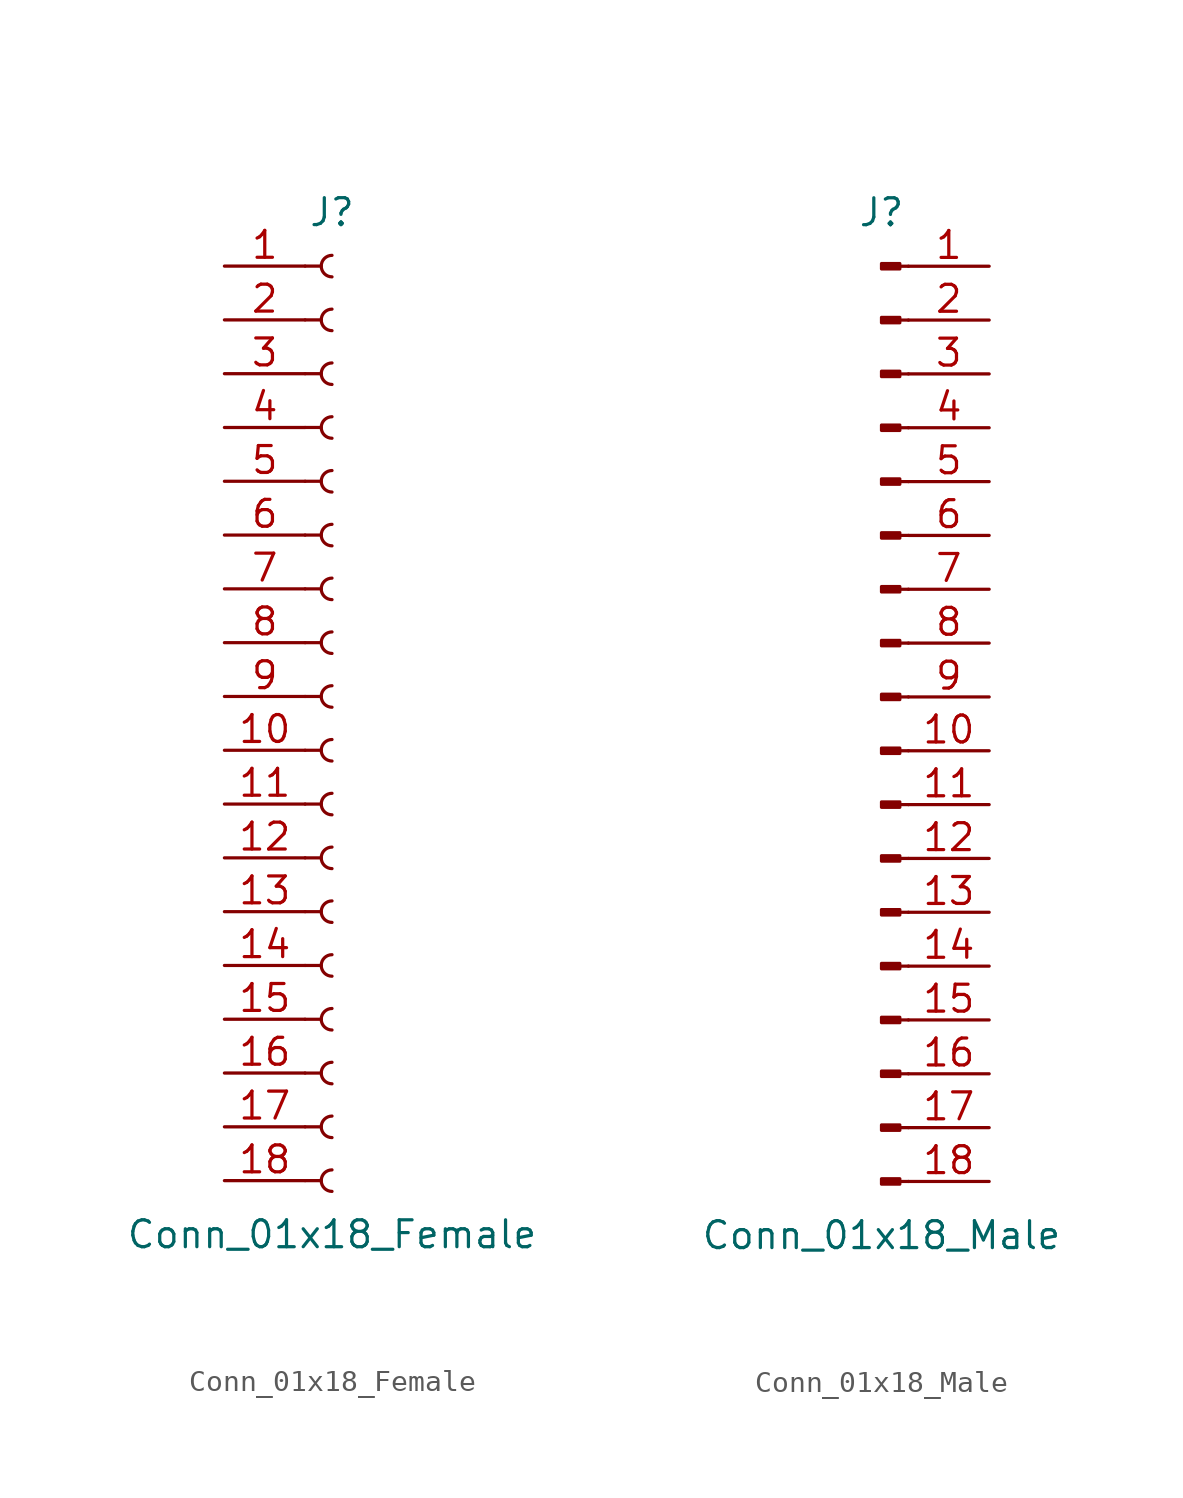
<source format=kicad_sym>
(kicad_symbol_lib
  (version 20220914)
  (generator kicad_symbol_editor)
  (symbol "Conn_01x18_Female"
    (pin_names
      (offset 1.016) hide)
    (property "Reference" "J"
      (at 0 22.86 0)
      (effects (font (size 1.27 1.27))))
    (property "Value" "Conn_01x18_Female"
      (at 0 -25.4 0)
      (effects (font (size 1.27 1.27))))
    (symbol "Conn_01x18_Female_1_1"
      (arc (start 0 -22.352) (mid -0.5058 -22.86) (end 0 -23.368) (stroke (width 0.1524) (type default)) (fill (type none)))
      (arc (start 0 -19.812) (mid -0.5058 -20.32) (end 0 -20.828) (stroke (width 0.1524) (type default)) (fill (type none)))
      (arc (start 0 -17.272) (mid -0.5058 -17.78) (end 0 -18.288) (stroke (width 0.1524) (type default)) (fill (type none)))
      (arc (start 0 -14.732) (mid -0.5058 -15.24) (end 0 -15.748) (stroke (width 0.1524) (type default)) (fill (type none)))
      (arc (start 0 -12.192) (mid -0.5058 -12.7) (end 0 -13.208) (stroke (width 0.1524) (type default)) (fill (type none)))
      (arc (start 0 -9.652) (mid -0.5058 -10.16) (end 0 -10.668) (stroke (width 0.1524) (type default)) (fill (type none)))
      (arc (start 0 -7.112) (mid -0.5058 -7.62) (end 0 -8.128) (stroke (width 0.1524) (type default)) (fill (type none)))
      (arc (start 0 -4.572) (mid -0.5058 -5.08) (end 0 -5.588) (stroke (width 0.1524) (type default)) (fill (type none)))
      (arc (start 0 -2.032) (mid -0.5058 -2.54) (end 0 -3.048) (stroke (width 0.1524) (type default)) (fill (type none)))
      (polyline (pts (xy -1.27 -22.86) (xy -0.508 -22.86)) (stroke (width 0.152) (type default)) (fill (type none)))
      (polyline (pts (xy -1.27 -20.32) (xy -0.508 -20.32)) (stroke (width 0.152) (type default)) (fill (type none)))
      (polyline (pts (xy -1.27 -17.78) (xy -0.508 -17.78)) (stroke (width 0.152) (type default)) (fill (type none)))
      (polyline (pts (xy -1.27 -15.24) (xy -0.508 -15.24)) (stroke (width 0.152) (type default)) (fill (type none)))
      (polyline (pts (xy -1.27 -12.7) (xy -0.508 -12.7)) (stroke (width 0.152) (type default)) (fill (type none)))
      (polyline (pts (xy -1.27 -10.16) (xy -0.508 -10.16)) (stroke (width 0.152) (type default)) (fill (type none)))
      (polyline (pts (xy -1.27 -7.62) (xy -0.508 -7.62)) (stroke (width 0.152) (type default)) (fill (type none)))
      (polyline (pts (xy -1.27 -5.08) (xy -0.508 -5.08)) (stroke (width 0.152) (type default)) (fill (type none)))
      (polyline (pts (xy -1.27 -2.54) (xy -0.508 -2.54)) (stroke (width 0.152) (type default)) (fill (type none)))
      (polyline (pts (xy -1.27 0) (xy -0.508 0)) (stroke (width 0.152) (type default)) (fill (type none)))
      (polyline (pts (xy -1.27 2.54) (xy -0.508 2.54)) (stroke (width 0.152) (type default)) (fill (type none)))
      (polyline (pts (xy -1.27 5.08) (xy -0.508 5.08)) (stroke (width 0.152) (type default)) (fill (type none)))
      (polyline (pts (xy -1.27 7.62) (xy -0.508 7.62)) (stroke (width 0.152) (type default)) (fill (type none)))
      (polyline (pts (xy -1.27 10.16) (xy -0.508 10.16)) (stroke (width 0.152) (type default)) (fill (type none)))
      (polyline (pts (xy -1.27 12.7) (xy -0.508 12.7)) (stroke (width 0.152) (type default)) (fill (type none)))
      (polyline (pts (xy -1.27 15.24) (xy -0.508 15.24)) (stroke (width 0.152) (type default)) (fill (type none)))
      (polyline (pts (xy -1.27 17.78) (xy -0.508 17.78)) (stroke (width 0.152) (type default)) (fill (type none)))
      (polyline (pts (xy -1.27 20.32) (xy -0.508 20.32)) (stroke (width 0.152) (type default)) (fill (type none)))
      (arc (start 0 0.508) (mid -0.5058 0) (end 0 -0.508) (stroke (width 0.1524) (type default)) (fill (type none)))
      (arc (start 0 3.048) (mid -0.5058 2.54) (end 0 2.032) (stroke (width 0.1524) (type default)) (fill (type none)))
      (arc (start 0 5.588) (mid -0.5058 5.08) (end 0 4.572) (stroke (width 0.1524) (type default)) (fill (type none)))
      (arc (start 0 8.128) (mid -0.5058 7.62) (end 0 7.112) (stroke (width 0.1524) (type default)) (fill (type none)))
      (arc (start 0 10.668) (mid -0.5058 10.16) (end 0 9.652) (stroke (width 0.1524) (type default)) (fill (type none)))
      (arc (start 0 13.208) (mid -0.5058 12.7) (end 0 12.192) (stroke (width 0.1524) (type default)) (fill (type none)))
      (arc (start 0 15.748) (mid -0.5058 15.24) (end 0 14.732) (stroke (width 0.1524) (type default)) (fill (type none)))
      (arc (start 0 18.288) (mid -0.5058 17.78) (end 0 17.272) (stroke (width 0.1524) (type default)) (fill (type none)))
      (arc (start 0 20.828) (mid -0.5058 20.32) (end 0 19.812) (stroke (width 0.1524) (type default)) (fill (type none)))
      (pin passive line (at -5.08 20.32 0) (length 3.81) (name "Pin_1" (effects (font (size 1.27 1.27)))) (number "1" (effects (font (size 1.27 1.27)))))
      (pin passive line (at -5.08 -2.54 0) (length 3.81) (name "Pin_10" (effects (font (size 1.27 1.27)))) (number "10" (effects (font (size 1.27 1.27)))))
      (pin passive line (at -5.08 -5.08 0) (length 3.81) (name "Pin_11" (effects (font (size 1.27 1.27)))) (number "11" (effects (font (size 1.27 1.27)))))
      (pin passive line (at -5.08 -7.62 0) (length 3.81) (name "Pin_12" (effects (font (size 1.27 1.27)))) (number "12" (effects (font (size 1.27 1.27)))))
      (pin passive line (at -5.08 -10.16 0) (length 3.81) (name "Pin_13" (effects (font (size 1.27 1.27)))) (number "13" (effects (font (size 1.27 1.27)))))
      (pin passive line (at -5.08 -12.7 0) (length 3.81) (name "Pin_14" (effects (font (size 1.27 1.27)))) (number "14" (effects (font (size 1.27 1.27)))))
      (pin passive line (at -5.08 -15.24 0) (length 3.81) (name "Pin_15" (effects (font (size 1.27 1.27)))) (number "15" (effects (font (size 1.27 1.27)))))
      (pin passive line (at -5.08 -17.78 0) (length 3.81) (name "Pin_16" (effects (font (size 1.27 1.27)))) (number "16" (effects (font (size 1.27 1.27)))))
      (pin passive line (at -5.08 -20.32 0) (length 3.81) (name "Pin_17" (effects (font (size 1.27 1.27)))) (number "17" (effects (font (size 1.27 1.27)))))
      (pin passive line (at -5.08 -22.86 0) (length 3.81) (name "Pin_18" (effects (font (size 1.27 1.27)))) (number "18" (effects (font (size 1.27 1.27)))))
      (pin passive line (at -5.08 17.78 0) (length 3.81) (name "Pin_2" (effects (font (size 1.27 1.27)))) (number "2" (effects (font (size 1.27 1.27)))))
      (pin passive line (at -5.08 15.24 0) (length 3.81) (name "Pin_3" (effects (font (size 1.27 1.27)))) (number "3" (effects (font (size 1.27 1.27)))))
      (pin passive line (at -5.08 12.7 0) (length 3.81) (name "Pin_4" (effects (font (size 1.27 1.27)))) (number "4" (effects (font (size 1.27 1.27)))))
      (pin passive line (at -5.08 10.16 0) (length 3.81) (name "Pin_5" (effects (font (size 1.27 1.27)))) (number "5" (effects (font (size 1.27 1.27)))))
      (pin passive line (at -5.08 7.62 0) (length 3.81) (name "Pin_6" (effects (font (size 1.27 1.27)))) (number "6" (effects (font (size 1.27 1.27)))))
      (pin passive line (at -5.08 5.08 0) (length 3.81) (name "Pin_7" (effects (font (size 1.27 1.27)))) (number "7" (effects (font (size 1.27 1.27)))))
      (pin passive line (at -5.08 2.54 0) (length 3.81) (name "Pin_8" (effects (font (size 1.27 1.27)))) (number "8" (effects (font (size 1.27 1.27)))))
      (pin passive line (at -5.08 0 0) (length 3.81) (name "Pin_9" (effects (font (size 1.27 1.27)))) (number "9" (effects (font (size 1.27 1.27)))))))
  (symbol "Conn_01x18_Male"
    (pin_names
      (offset 1.016) hide)
    (property "Reference" "J"
      (at 0 22.86 0)
      (effects (font (size 1.27 1.27))))
    (property "Value" "Conn_01x18_Male"
      (at 0 -25.4 0)
      (effects (font (size 1.27 1.27))))
    (symbol "Conn_01x18_Male_1_1"
      (polyline (pts (xy 1.27 -22.86) (xy 0.864 -22.86)) (stroke (width 0.152) (type default)) (fill (type none)))
      (polyline (pts (xy 1.27 -20.32) (xy 0.864 -20.32)) (stroke (width 0.152) (type default)) (fill (type none)))
      (polyline (pts (xy 1.27 -17.78) (xy 0.864 -17.78)) (stroke (width 0.152) (type default)) (fill (type none)))
      (polyline (pts (xy 1.27 -15.24) (xy 0.864 -15.24)) (stroke (width 0.152) (type default)) (fill (type none)))
      (polyline (pts (xy 1.27 -12.7) (xy 0.864 -12.7)) (stroke (width 0.152) (type default)) (fill (type none)))
      (polyline (pts (xy 1.27 -10.16) (xy 0.864 -10.16)) (stroke (width 0.152) (type default)) (fill (type none)))
      (polyline (pts (xy 1.27 -7.62) (xy 0.864 -7.62)) (stroke (width 0.152) (type default)) (fill (type none)))
      (polyline (pts (xy 1.27 -5.08) (xy 0.864 -5.08)) (stroke (width 0.152) (type default)) (fill (type none)))
      (polyline (pts (xy 1.27 -2.54) (xy 0.864 -2.54)) (stroke (width 0.152) (type default)) (fill (type none)))
      (polyline (pts (xy 1.27 0) (xy 0.864 0)) (stroke (width 0.152) (type default)) (fill (type none)))
      (polyline (pts (xy 1.27 2.54) (xy 0.864 2.54)) (stroke (width 0.152) (type default)) (fill (type none)))
      (polyline (pts (xy 1.27 5.08) (xy 0.864 5.08)) (stroke (width 0.152) (type default)) (fill (type none)))
      (polyline (pts (xy 1.27 7.62) (xy 0.864 7.62)) (stroke (width 0.152) (type default)) (fill (type none)))
      (polyline (pts (xy 1.27 10.16) (xy 0.864 10.16)) (stroke (width 0.152) (type default)) (fill (type none)))
      (polyline (pts (xy 1.27 12.7) (xy 0.864 12.7)) (stroke (width 0.152) (type default)) (fill (type none)))
      (polyline (pts (xy 1.27 15.24) (xy 0.864 15.24)) (stroke (width 0.152) (type default)) (fill (type none)))
      (polyline (pts (xy 1.27 17.78) (xy 0.864 17.78)) (stroke (width 0.152) (type default)) (fill (type none)))
      (polyline (pts (xy 1.27 20.32) (xy 0.864 20.32)) (stroke (width 0.152) (type default)) (fill (type none)))
      (rectangle (start 0.864 -22.733) (end 0 -22.987) (stroke (width 0.152) (type default)) (fill (type outline)))
      (rectangle (start 0.864 -20.193) (end 0 -20.447) (stroke (width 0.152) (type default)) (fill (type outline)))
      (rectangle (start 0.864 -17.653) (end 0 -17.907) (stroke (width 0.152) (type default)) (fill (type outline)))
      (rectangle (start 0.864 -15.113) (end 0 -15.367) (stroke (width 0.152) (type default)) (fill (type outline)))
      (rectangle (start 0.864 -12.573) (end 0 -12.827) (stroke (width 0.152) (type default)) (fill (type outline)))
      (rectangle (start 0.864 -10.033) (end 0 -10.287) (stroke (width 0.152) (type default)) (fill (type outline)))
      (rectangle (start 0.864 -7.493) (end 0 -7.747) (stroke (width 0.152) (type default)) (fill (type outline)))
      (rectangle (start 0.864 -4.953) (end 0 -5.207) (stroke (width 0.152) (type default)) (fill (type outline)))
      (rectangle (start 0.864 -2.413) (end 0 -2.667) (stroke (width 0.152) (type default)) (fill (type outline)))
      (rectangle (start 0.864 0.127) (end 0 -0.127) (stroke (width 0.152) (type default)) (fill (type outline)))
      (rectangle (start 0.864 2.667) (end 0 2.413) (stroke (width 0.152) (type default)) (fill (type outline)))
      (rectangle (start 0.864 5.207) (end 0 4.953) (stroke (width 0.152) (type default)) (fill (type outline)))
      (rectangle (start 0.864 7.747) (end 0 7.493) (stroke (width 0.152) (type default)) (fill (type outline)))
      (rectangle (start 0.864 10.287) (end 0 10.033) (stroke (width 0.152) (type default)) (fill (type outline)))
      (rectangle (start 0.864 12.827) (end 0 12.573) (stroke (width 0.152) (type default)) (fill (type outline)))
      (rectangle (start 0.864 15.367) (end 0 15.113) (stroke (width 0.152) (type default)) (fill (type outline)))
      (rectangle (start 0.864 17.907) (end 0 17.653) (stroke (width 0.152) (type default)) (fill (type outline)))
      (rectangle (start 0.864 20.447) (end 0 20.193) (stroke (width 0.152) (type default)) (fill (type outline)))
      (pin passive line (at 5.08 20.32 180) (length 3.81) (name "Pin_1" (effects (font (size 1.27 1.27)))) (number "1" (effects (font (size 1.27 1.27)))))
      (pin passive line (at 5.08 -2.54 180) (length 3.81) (name "Pin_10" (effects (font (size 1.27 1.27)))) (number "10" (effects (font (size 1.27 1.27)))))
      (pin passive line (at 5.08 -5.08 180) (length 3.81) (name "Pin_11" (effects (font (size 1.27 1.27)))) (number "11" (effects (font (size 1.27 1.27)))))
      (pin passive line (at 5.08 -7.62 180) (length 3.81) (name "Pin_12" (effects (font (size 1.27 1.27)))) (number "12" (effects (font (size 1.27 1.27)))))
      (pin passive line (at 5.08 -10.16 180) (length 3.81) (name "Pin_13" (effects (font (size 1.27 1.27)))) (number "13" (effects (font (size 1.27 1.27)))))
      (pin passive line (at 5.08 -12.7 180) (length 3.81) (name "Pin_14" (effects (font (size 1.27 1.27)))) (number "14" (effects (font (size 1.27 1.27)))))
      (pin passive line (at 5.08 -15.24 180) (length 3.81) (name "Pin_15" (effects (font (size 1.27 1.27)))) (number "15" (effects (font (size 1.27 1.27)))))
      (pin passive line (at 5.08 -17.78 180) (length 3.81) (name "Pin_16" (effects (font (size 1.27 1.27)))) (number "16" (effects (font (size 1.27 1.27)))))
      (pin passive line (at 5.08 -20.32 180) (length 3.81) (name "Pin_17" (effects (font (size 1.27 1.27)))) (number "17" (effects (font (size 1.27 1.27)))))
      (pin passive line (at 5.08 -22.86 180) (length 3.81) (name "Pin_18" (effects (font (size 1.27 1.27)))) (number "18" (effects (font (size 1.27 1.27)))))
      (pin passive line (at 5.08 17.78 180) (length 3.81) (name "Pin_2" (effects (font (size 1.27 1.27)))) (number "2" (effects (font (size 1.27 1.27)))))
      (pin passive line (at 5.08 15.24 180) (length 3.81) (name "Pin_3" (effects (font (size 1.27 1.27)))) (number "3" (effects (font (size 1.27 1.27)))))
      (pin passive line (at 5.08 12.7 180) (length 3.81) (name "Pin_4" (effects (font (size 1.27 1.27)))) (number "4" (effects (font (size 1.27 1.27)))))
      (pin passive line (at 5.08 10.16 180) (length 3.81) (name "Pin_5" (effects (font (size 1.27 1.27)))) (number "5" (effects (font (size 1.27 1.27)))))
      (pin passive line (at 5.08 7.62 180) (length 3.81) (name "Pin_6" (effects (font (size 1.27 1.27)))) (number "6" (effects (font (size 1.27 1.27)))))
      (pin passive line (at 5.08 5.08 180) (length 3.81) (name "Pin_7" (effects (font (size 1.27 1.27)))) (number "7" (effects (font (size 1.27 1.27)))))
      (pin passive line (at 5.08 2.54 180) (length 3.81) (name "Pin_8" (effects (font (size 1.27 1.27)))) (number "8" (effects (font (size 1.27 1.27)))))
      (pin passive line (at 5.08 0 180) (length 3.81) (name "Pin_9" (effects (font (size 1.27 1.27)))) (number "9" (effects (font (size 1.27 1.27))))))))
</source>
